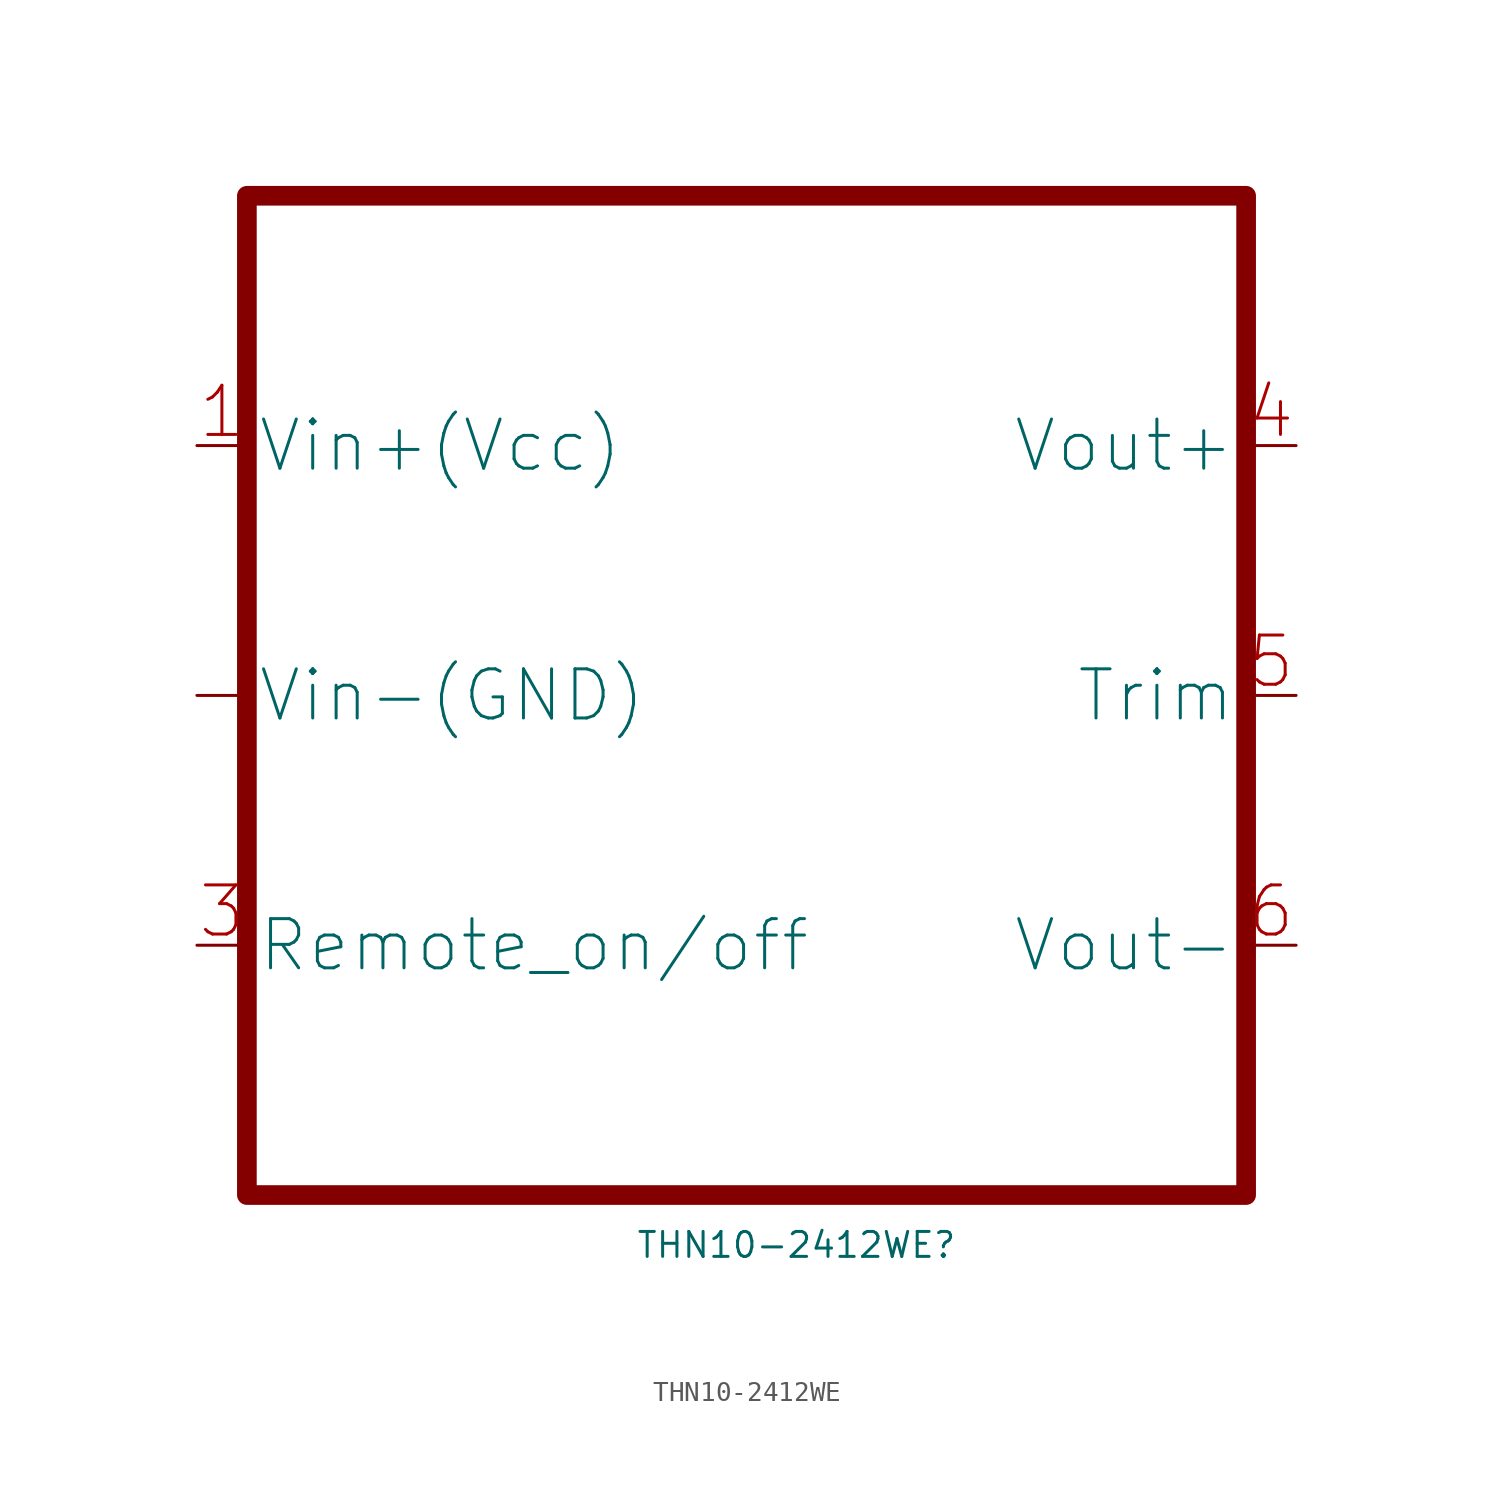
<source format=kicad_sym>
(kicad_symbol_lib
  (version 20220914)
  (generator kicad_symbol_editor)
  (symbol "THN10-2412WE"
    (property "Reference" "THN10-2412WE"
      (at 2.54 -27.94 0)
      (effects (font (size 1.27 1.27))))
    (property "Value" ""
      (at 0 0 0)
      (effects (font (size 1.27 1.27))))
    (symbol "THN10-2412WE_0_1"
      (rectangle (start -25.4 25.4) (end -25.4 25.4) (stroke (width 0) (type default)) (fill (type none))))
    (symbol "THN10-2412WE_1_1"
      (rectangle (start -25.4 25.4) (end 25.4 -25.4) (stroke (width 1) (type default)) (fill (type none)))
      (pin input line (at -27.94 0 0) (length 2.54) (name "Vin-(GND)" (effects (font (size 2.5 2.5)))) (number "" (effects (font (size 2.5 2.5)))))
      (pin input line (at -27.94 12.7 0) (length 2.54) (name "Vin+(Vcc)" (effects (font (size 2.5 2.5)))) (number "1" (effects (font (size 2.5 2.5)))))
      (pin input line (at -27.94 -12.7 0) (length 2.54) (name "Remote_on/off" (effects (font (size 2.5 2.5)))) (number "3" (effects (font (size 2.5 2.5)))))
      (pin power_out line (at 27.94 12.7 180) (length 2.54) (name "Vout+" (effects (font (size 2.5 2.5)))) (number "4" (effects (font (size 2.5 2.5)))))
      (pin power_out line (at 27.94 0 180) (length 2.54) (name "Trim" (effects (font (size 2.5 2.5)))) (number "5" (effects (font (size 2.5 2.5)))))
      (pin power_out line (at 27.94 -12.7 180) (length 2.54) (name "Vout-" (effects (font (size 2.5 2.5)))) (number "6" (effects (font (size 2.5 2.5))))))))
</source>
